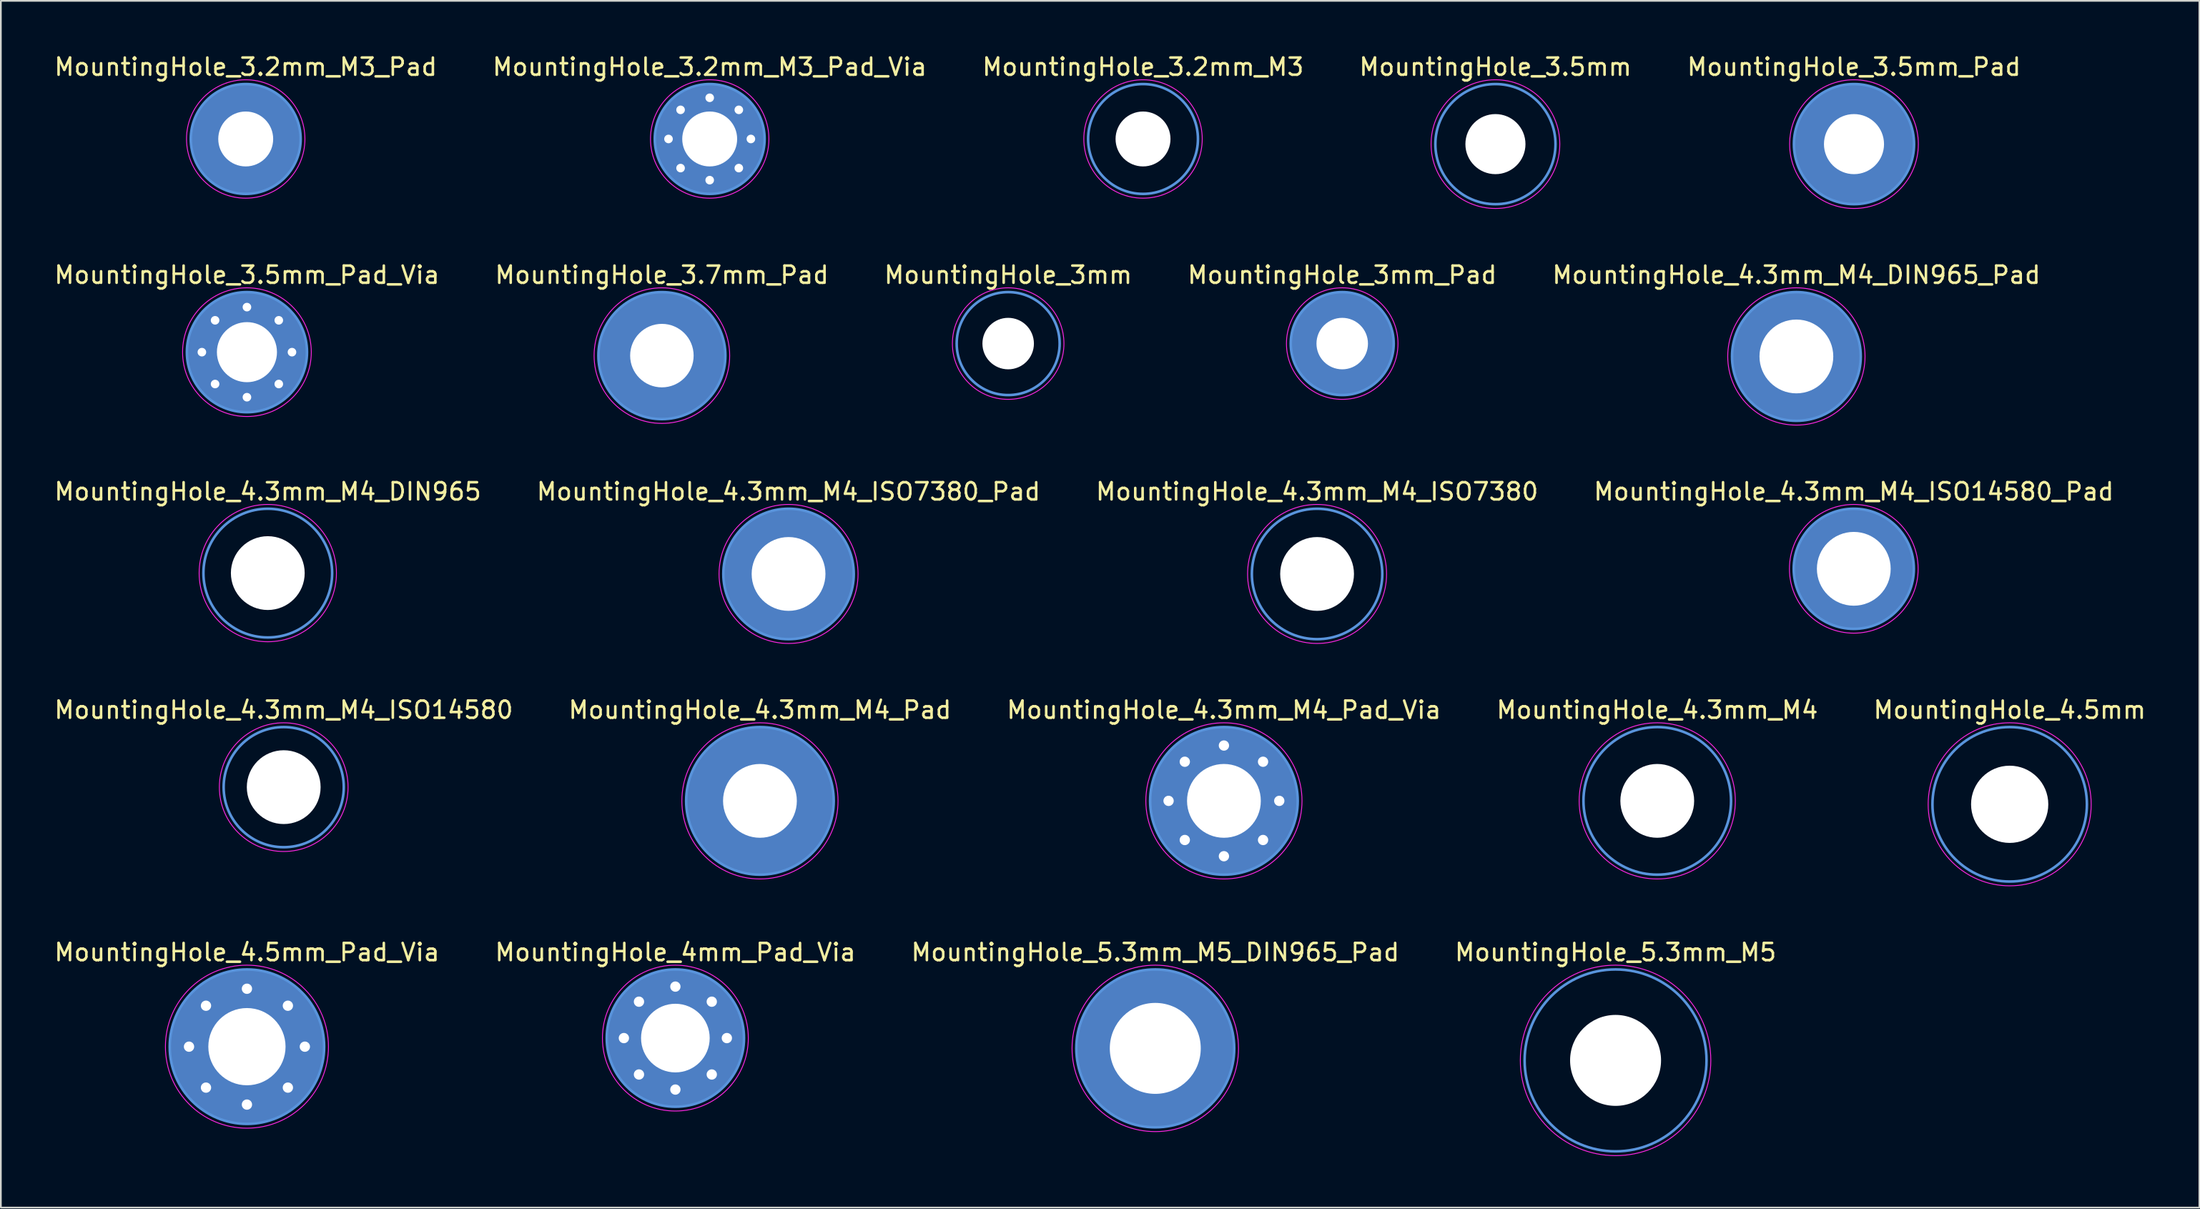
<source format=kicad_pcb>
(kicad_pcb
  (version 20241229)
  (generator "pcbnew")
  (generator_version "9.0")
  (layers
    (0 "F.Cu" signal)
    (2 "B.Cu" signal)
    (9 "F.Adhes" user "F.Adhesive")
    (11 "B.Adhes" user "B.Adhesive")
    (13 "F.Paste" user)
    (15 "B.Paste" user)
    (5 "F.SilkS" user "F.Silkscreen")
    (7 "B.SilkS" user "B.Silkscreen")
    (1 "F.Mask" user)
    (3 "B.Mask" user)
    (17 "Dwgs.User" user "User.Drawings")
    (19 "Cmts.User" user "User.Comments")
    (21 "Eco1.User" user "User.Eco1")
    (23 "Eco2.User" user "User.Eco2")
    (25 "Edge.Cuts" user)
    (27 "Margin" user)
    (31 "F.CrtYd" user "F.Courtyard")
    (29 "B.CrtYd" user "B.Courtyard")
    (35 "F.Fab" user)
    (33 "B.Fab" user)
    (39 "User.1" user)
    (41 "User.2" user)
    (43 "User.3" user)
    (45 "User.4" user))
  (footprint "MountingHole_4mm_Pad_Via"
    (layer "F.Cu")
    (at 36.304 57.441)
    (property "Reference" "MountingHole_4mm_Pad_Via" (at 0 -5 0) (layer "F.SilkS") (effects (font (size 1 1) (thickness 0.15))))
    (attr through_hole)
    (fp_circle (center 0 0) (end 4 0) (stroke (width 0.15) (type solid)) (fill no) (layer "Cmts.User"))
    (fp_circle (center 0 0) (end 4.25 0) (stroke (width 0.05) (type solid)) (fill no) (layer "F.CrtYd"))
    (pad "" thru_hole circle (at -3 0) (size 0.7 0.7) (drill 0.6) (layers "*.Cu" "*.Mask"))
    (pad "" thru_hole circle (at -2.121 -2.121) (size 0.7 0.7) (drill 0.6) (layers "*.Cu" "*.Mask"))
    (pad "" thru_hole circle (at -2.121 2.121) (size 0.7 0.7) (drill 0.6) (layers "*.Cu" "*.Mask"))
    (pad "" thru_hole circle (at 0 -3) (size 0.7 0.7) (drill 0.6) (layers "*.Cu" "*.Mask"))
    (pad "" thru_hole circle (at 0 3) (size 0.7 0.7) (drill 0.6) (layers "*.Cu" "*.Mask"))
    (pad "" thru_hole circle (at 2.121 -2.121) (size 0.7 0.7) (drill 0.6) (layers "*.Cu" "*.Mask"))
    (pad "" thru_hole circle (at 2.121 2.121) (size 0.7 0.7) (drill 0.6) (layers "*.Cu" "*.Mask"))
    (pad "" thru_hole circle (at 3 0) (size 0.7 0.7) (drill 0.6) (layers "*.Cu" "*.Mask"))
    (pad "1" thru_hole circle (at 0 0) (size 8 8) (drill 4) (layers "*.Cu" "*.Mask")))
  (footprint "MountingHole_3mm"
    (layer "F.Cu")
    (at 55.696 16.971)
    (property "Reference" "MountingHole_3mm" (at 0 -4 0) (layer "F.SilkS") (effects (font (size 1 1) (thickness 0.15))))
    (attr through_hole)
    (fp_circle (center 0 0) (end 3 0) (stroke (width 0.15) (type solid)) (fill no) (layer "Cmts.User"))
    (fp_circle (center 0 0) (end 3.25 0) (stroke (width 0.05) (type solid)) (fill no) (layer "F.CrtYd"))
    (pad "" np_thru_hole circle (at 0 0) (size 3 3) (drill 3) (layers "*.Cu" "*.Mask")))
  (footprint "MountingHole_3.2mm_M3"
    (layer "F.Cu")
    (at 63.554 5.048)
    (property "Reference" "MountingHole_3.2mm_M3" (at 0 -4.2 0) (layer "F.SilkS") (effects (font (size 1 1) (thickness 0.15))))
    (attr through_hole)
    (fp_circle (center 0 0) (end 3.2 0) (stroke (width 0.15) (type solid)) (fill no) (layer "Cmts.User"))
    (fp_circle (center 0 0) (end 3.45 0) (stroke (width 0.05) (type solid)) (fill no) (layer "F.CrtYd"))
    (pad "" np_thru_hole circle (at 0 0) (size 3.2 3.2) (drill 3.2) (layers "*.Cu" "*.Mask")))
  (footprint "MountingHole_4.5mm_Pad_Via"
    (layer "F.Cu")
    (at 11.339 57.941)
    (property "Reference" "MountingHole_4.5mm_Pad_Via" (at 0 -5.5 0) (layer "F.SilkS") (effects (font (size 1 1) (thickness 0.15))))
    (attr through_hole)
    (fp_circle (center 0 0) (end 4.5 0) (stroke (width 0.15) (type solid)) (fill no) (layer "Cmts.User"))
    (fp_circle (center 0 0) (end 4.75 0) (stroke (width 0.05) (type solid)) (fill no) (layer "F.CrtYd"))
    (pad "" thru_hole circle (at -3.375 0) (size 0.7 0.7) (drill 0.6) (layers "*.Cu" "*.Mask"))
    (pad "" thru_hole circle (at -2.386 -2.386) (size 0.7 0.7) (drill 0.6) (layers "*.Cu" "*.Mask"))
    (pad "" thru_hole circle (at -2.386 2.386) (size 0.7 0.7) (drill 0.6) (layers "*.Cu" "*.Mask"))
    (pad "" thru_hole circle (at 0 -3.375) (size 0.7 0.7) (drill 0.6) (layers "*.Cu" "*.Mask"))
    (pad "" thru_hole circle (at 0 3.375) (size 0.7 0.7) (drill 0.6) (layers "*.Cu" "*.Mask"))
    (pad "" thru_hole circle (at 2.386 -2.386) (size 0.7 0.7) (drill 0.6) (layers "*.Cu" "*.Mask"))
    (pad "" thru_hole circle (at 2.386 2.386) (size 0.7 0.7) (drill 0.6) (layers "*.Cu" "*.Mask"))
    (pad "" thru_hole circle (at 3.375 0) (size 0.7 0.7) (drill 0.6) (layers "*.Cu" "*.Mask"))
    (pad "1" thru_hole circle (at 0 0) (size 9 9) (drill 4.5) (layers "*.Cu" "*.Mask")))
  (footprint "MountingHole_5.3mm_M5"
    (layer "F.Cu")
    (at 91.089 58.741)
    (property "Reference" "MountingHole_5.3mm_M5" (at 0 -6.3 0) (layer "F.SilkS") (effects (font (size 1 1) (thickness 0.15))))
    (attr through_hole)
    (fp_circle (center 0 0) (end 5.3 0) (stroke (width 0.15) (type solid)) (fill no) (layer "Cmts.User"))
    (fp_circle (center 0 0) (end 5.55 0) (stroke (width 0.05) (type solid)) (fill no) (layer "F.CrtYd"))
    (pad "" np_thru_hole circle (at 0 0) (size 5.3 5.3) (drill 5.3) (layers "*.Cu" "*.Mask")))
  (footprint "MountingHole_4.3mm_M4_ISO14580_Pad"
    (layer "F.Cu")
    (at 104.97 30.095)
    (property "Reference" "MountingHole_4.3mm_M4_ISO14580_Pad" (at 0 -4.5 0) (layer "F.SilkS") (effects (font (size 1 1) (thickness 0.15))))
    (attr through_hole)
    (fp_circle (center 0 0) (end 3.5 0) (stroke (width 0.15) (type solid)) (fill no) (layer "Cmts.User"))
    (fp_circle (center 0 0) (end 3.75 0) (stroke (width 0.05) (type solid)) (fill no) (layer "F.CrtYd"))
    (pad "1" thru_hole circle (at 0 0) (size 7 7) (drill 4.3) (layers "*.Cu" "*.Mask")))
  (footprint "MountingHole_4.3mm_M4"
    (layer "F.Cu")
    (at 93.518 43.618)
    (property "Reference" "MountingHole_4.3mm_M4" (at 0 -5.3 0) (layer "F.SilkS") (effects (font (size 1 1) (thickness 0.15))))
    (attr through_hole)
    (fp_circle (center 0 0) (end 4.3 0) (stroke (width 0.15) (type solid)) (fill no) (layer "Cmts.User"))
    (fp_circle (center 0 0) (end 4.55 0) (stroke (width 0.05) (type solid)) (fill no) (layer "F.CrtYd"))
    (pad "" np_thru_hole circle (at 0 0) (size 4.3 4.3) (drill 4.3) (layers "*.Cu" "*.Mask")))
  (footprint "MountingHole_3mm_Pad"
    (layer "F.Cu")
    (at 75.161 16.971)
    (property "Reference" "MountingHole_3mm_Pad" (at 0 -4 0) (layer "F.SilkS") (effects (font (size 1 1) (thickness 0.15))))
    (attr through_hole)
    (fp_circle (center 0 0) (end 3 0) (stroke (width 0.15) (type solid)) (fill no) (layer "Cmts.User"))
    (fp_circle (center 0 0) (end 3.25 0) (stroke (width 0.05) (type solid)) (fill no) (layer "F.CrtYd"))
    (pad "1" thru_hole circle (at 0 0) (size 6 6) (drill 3) (layers "*.Cu" "*.Mask")))
  (footprint "MountingHole_3.7mm_Pad"
    (layer "F.Cu")
    (at 35.518 17.672)
    (property "Reference" "MountingHole_3.7mm_Pad" (at 0 -4.7 0) (layer "F.SilkS") (effects (font (size 1 1) (thickness 0.15))))
    (attr through_hole)
    (fp_circle (center 0 0) (end 3.7 0) (stroke (width 0.15) (type solid)) (fill no) (layer "Cmts.User"))
    (fp_circle (center 0 0) (end 3.95 0) (stroke (width 0.05) (type solid)) (fill no) (layer "F.CrtYd"))
    (pad "1" thru_hole circle (at 0 0) (size 7.4 7.4) (drill 3.7) (layers "*.Cu" "*.Mask")))
  (footprint "MountingHole_4.3mm_M4_ISO14580"
    (layer "F.Cu")
    (at 13.482 42.818)
    (property "Reference" "MountingHole_4.3mm_M4_ISO14580" (at 0 -4.5 0) (layer "F.SilkS") (effects (font (size 1 1) (thickness 0.15))))
    (attr through_hole)
    (fp_circle (center 0 0) (end 3.5 0) (stroke (width 0.15) (type solid)) (fill no) (layer "Cmts.User"))
    (fp_circle (center 0 0) (end 3.75 0) (stroke (width 0.05) (type solid)) (fill no) (layer "F.CrtYd"))
    (pad "" np_thru_hole circle (at 0 0) (size 4.3 4.3) (drill 4.3) (layers "*.Cu" "*.Mask")))
  (footprint "MountingHole_3.2mm_M3_Pad_Via"
    (layer "F.Cu")
    (at 38.304 5.048)
    (property "Reference" "MountingHole_3.2mm_M3_Pad_Via" (at 0 -4.2 0) (layer "F.SilkS") (effects (font (size 1 1) (thickness 0.15))))
    (attr through_hole)
    (fp_circle (center 0 0) (end 3.2 0) (stroke (width 0.15) (type solid)) (fill no) (layer "Cmts.User"))
    (fp_circle (center 0 0) (end 3.45 0) (stroke (width 0.05) (type solid)) (fill no) (layer "F.CrtYd"))
    (pad "" thru_hole circle (at -2.4 0) (size 0.6 0.6) (drill 0.5) (layers "*.Cu" "*.Mask"))
    (pad "" thru_hole circle (at -1.697 -1.697) (size 0.6 0.6) (drill 0.5) (layers "*.Cu" "*.Mask"))
    (pad "" thru_hole circle (at -1.697 1.697) (size 0.6 0.6) (drill 0.5) (layers "*.Cu" "*.Mask"))
    (pad "" thru_hole circle (at 0 -2.4) (size 0.6 0.6) (drill 0.5) (layers "*.Cu" "*.Mask"))
    (pad "" thru_hole circle (at 0 2.4) (size 0.6 0.6) (drill 0.5) (layers "*.Cu" "*.Mask"))
    (pad "" thru_hole circle (at 1.697 -1.697) (size 0.6 0.6) (drill 0.5) (layers "*.Cu" "*.Mask"))
    (pad "" thru_hole circle (at 1.697 1.697) (size 0.6 0.6) (drill 0.5) (layers "*.Cu" "*.Mask"))
    (pad "" thru_hole circle (at 2.4 0) (size 0.6 0.6) (drill 0.5) (layers "*.Cu" "*.Mask"))
    (pad "1" thru_hole circle (at 0 0) (size 6.4 6.4) (drill 3.2) (layers "*.Cu" "*.Mask")))
  (footprint "MountingHole_4.3mm_M4_DIN965"
    (layer "F.Cu")
    (at 12.554 30.345)
    (property "Reference" "MountingHole_4.3mm_M4_DIN965" (at 0 -4.75 0) (layer "F.SilkS") (effects (font (size 1 1) (thickness 0.15))))
    (attr through_hole)
    (fp_circle (center 0 0) (end 3.75 0) (stroke (width 0.15) (type solid)) (fill no) (layer "Cmts.User"))
    (fp_circle (center 0 0) (end 4 0) (stroke (width 0.05) (type solid)) (fill no) (layer "F.CrtYd"))
    (pad "" np_thru_hole circle (at 0 0) (size 4.3 4.3) (drill 4.3) (layers "*.Cu" "*.Mask")))
  (footprint "MountingHole_3.5mm_Pad"
    (layer "F.Cu")
    (at 104.982 5.348)
    (property "Reference" "MountingHole_3.5mm_Pad" (at 0 -4.5 0) (layer "F.SilkS") (effects (font (size 1 1) (thickness 0.15))))
    (attr through_hole)
    (fp_circle (center 0 0) (end 3.5 0) (stroke (width 0.15) (type solid)) (fill no) (layer "Cmts.User"))
    (fp_circle (center 0 0) (end 3.75 0) (stroke (width 0.05) (type solid)) (fill no) (layer "F.CrtYd"))
    (pad "1" thru_hole circle (at 0 0) (size 7 7) (drill 3.5) (layers "*.Cu" "*.Mask")))
  (footprint "MountingHole_5.3mm_M5_DIN965_Pad"
    (layer "F.Cu")
    (at 64.268 58.041)
    (property "Reference" "MountingHole_5.3mm_M5_DIN965_Pad" (at 0 -5.6 0) (layer "F.SilkS") (effects (font (size 1 1) (thickness 0.15))))
    (attr through_hole)
    (fp_circle (center 0 0) (end 4.6 0) (stroke (width 0.15) (type solid)) (fill no) (layer "Cmts.User"))
    (fp_circle (center 0 0) (end 4.85 0) (stroke (width 0.05) (type solid)) (fill no) (layer "F.CrtYd"))
    (pad "1" thru_hole circle (at 0 0) (size 9.2 9.2) (drill 5.3) (layers "*.Cu" "*.Mask")))
  (footprint "MountingHole_3.2mm_M3_Pad"
    (layer "F.Cu")
    (at 11.268 5.048)
    (property "Reference" "MountingHole_3.2mm_M3_Pad" (at 0 -4.2 0) (layer "F.SilkS") (effects (font (size 1 1) (thickness 0.15))))
    (attr through_hole)
    (fp_circle (center 0 0) (end 3.2 0) (stroke (width 0.15) (type solid)) (fill no) (layer "Cmts.User"))
    (fp_circle (center 0 0) (end 3.45 0) (stroke (width 0.05) (type solid)) (fill no) (layer "F.CrtYd"))
    (pad "1" thru_hole circle (at 0 0) (size 6.4 6.4) (drill 3.2) (layers "*.Cu" "*.Mask")))
  (footprint "MountingHole_4.3mm_M4_Pad"
    (layer "F.Cu")
    (at 41.232 43.618)
    (property "Reference" "MountingHole_4.3mm_M4_Pad" (at 0 -5.3 0) (layer "F.SilkS") (effects (font (size 1 1) (thickness 0.15))))
    (attr through_hole)
    (fp_circle (center 0 0) (end 4.3 0) (stroke (width 0.15) (type solid)) (fill no) (layer "Cmts.User"))
    (fp_circle (center 0 0) (end 4.55 0) (stroke (width 0.05) (type solid)) (fill no) (layer "F.CrtYd"))
    (pad "1" thru_hole circle (at 0 0) (size 8.6 8.6) (drill 4.3) (layers "*.Cu" "*.Mask")))
  (footprint "MountingHole_4.3mm_M4_DIN965_Pad"
    (layer "F.Cu")
    (at 101.625 17.721)
    (property "Reference" "MountingHole_4.3mm_M4_DIN965_Pad" (at 0 -4.75 0) (layer "F.SilkS") (effects (font (size 1 1) (thickness 0.15))))
    (attr through_hole)
    (fp_circle (center 0 0) (end 3.75 0) (stroke (width 0.15) (type solid)) (fill no) (layer "Cmts.User"))
    (fp_circle (center 0 0) (end 4 0) (stroke (width 0.05) (type solid)) (fill no) (layer "F.CrtYd"))
    (pad "1" thru_hole circle (at 0 0) (size 7.5 7.5) (drill 4.3) (layers "*.Cu" "*.Mask")))
  (footprint "MountingHole_4.3mm_M4_Pad_Via"
    (layer "F.Cu")
    (at 68.268 43.618)
    (property "Reference" "MountingHole_4.3mm_M4_Pad_Via" (at 0 -5.3 0) (layer "F.SilkS") (effects (font (size 1 1) (thickness 0.15))))
    (attr through_hole)
    (fp_circle (center 0 0) (end 4.3 0) (stroke (width 0.15) (type solid)) (fill no) (layer "Cmts.User"))
    (fp_circle (center 0 0) (end 4.55 0) (stroke (width 0.05) (type solid)) (fill no) (layer "F.CrtYd"))
    (pad "" thru_hole circle (at -3.225 0) (size 0.7 0.7) (drill 0.6) (layers "*.Cu" "*.Mask"))
    (pad "" thru_hole circle (at -2.28 -2.28) (size 0.7 0.7) (drill 0.6) (layers "*.Cu" "*.Mask"))
    (pad "" thru_hole circle (at -2.28 2.28) (size 0.7 0.7) (drill 0.6) (layers "*.Cu" "*.Mask"))
    (pad "" thru_hole circle (at 0 -3.225) (size 0.7 0.7) (drill 0.6) (layers "*.Cu" "*.Mask"))
    (pad "" thru_hole circle (at 0 3.225) (size 0.7 0.7) (drill 0.6) (layers "*.Cu" "*.Mask"))
    (pad "" thru_hole circle (at 2.28 -2.28) (size 0.7 0.7) (drill 0.6) (layers "*.Cu" "*.Mask"))
    (pad "" thru_hole circle (at 2.28 2.28) (size 0.7 0.7) (drill 0.6) (layers "*.Cu" "*.Mask"))
    (pad "" thru_hole circle (at 3.225 0) (size 0.7 0.7) (drill 0.6) (layers "*.Cu" "*.Mask"))
    (pad "1" thru_hole circle (at 0 0) (size 8.6 8.6) (drill 4.3) (layers "*.Cu" "*.Mask")))
  (footprint "MountingHole_3.5mm"
    (layer "F.Cu")
    (at 84.089 5.348)
    (property "Reference" "MountingHole_3.5mm" (at 0 -4.5 0) (layer "F.SilkS") (effects (font (size 1 1) (thickness 0.15))))
    (attr through_hole)
    (fp_circle (center 0 0) (end 3.5 0) (stroke (width 0.15) (type solid)) (fill no) (layer "Cmts.User"))
    (fp_circle (center 0 0) (end 3.75 0) (stroke (width 0.05) (type solid)) (fill no) (layer "F.CrtYd"))
    (pad "" np_thru_hole circle (at 0 0) (size 3.5 3.5) (drill 3.5) (layers "*.Cu" "*.Mask")))
  (footprint "MountingHole_4.5mm"
    (layer "F.Cu")
    (at 114.054 43.818)
    (property "Reference" "MountingHole_4.5mm" (at 0 -5.5 0) (layer "F.SilkS") (effects (font (size 1 1) (thickness 0.15))))
    (attr through_hole)
    (fp_circle (center 0 0) (end 4.5 0) (stroke (width 0.15) (type solid)) (fill no) (layer "Cmts.User"))
    (fp_circle (center 0 0) (end 4.75 0) (stroke (width 0.05) (type solid)) (fill no) (layer "F.CrtYd"))
    (pad "" np_thru_hole circle (at 0 0) (size 4.5 4.5) (drill 4.5) (layers "*.Cu" "*.Mask")))
  (footprint "MountingHole_4.3mm_M4_ISO7380_Pad"
    (layer "F.Cu")
    (at 42.899 30.395)
    (property "Reference" "MountingHole_4.3mm_M4_ISO7380_Pad" (at 0 -4.8 0) (layer "F.SilkS") (effects (font (size 1 1) (thickness 0.15))))
    (attr through_hole)
    (fp_circle (center 0 0) (end 3.8 0) (stroke (width 0.15) (type solid)) (fill no) (layer "Cmts.User"))
    (fp_circle (center 0 0) (end 4.05 0) (stroke (width 0.05) (type solid)) (fill no) (layer "F.CrtYd"))
    (pad "1" thru_hole circle (at 0 0) (size 7.6 7.6) (drill 4.3) (layers "*.Cu" "*.Mask")))
  (footprint "MountingHole_3.5mm_Pad_Via"
    (layer "F.Cu")
    (at 11.339 17.471)
    (property "Reference" "MountingHole_3.5mm_Pad_Via" (at 0 -4.5 0) (layer "F.SilkS") (effects (font (size 1 1) (thickness 0.15))))
    (attr through_hole)
    (fp_circle (center 0 0) (end 3.5 0) (stroke (width 0.15) (type solid)) (fill no) (layer "Cmts.User"))
    (fp_circle (center 0 0) (end 3.75 0) (stroke (width 0.05) (type solid)) (fill no) (layer "F.CrtYd"))
    (pad "" thru_hole circle (at -2.625 0) (size 0.6 0.6) (drill 0.5) (layers "*.Cu" "*.Mask"))
    (pad "" thru_hole circle (at -1.856 -1.856) (size 0.6 0.6) (drill 0.5) (layers "*.Cu" "*.Mask"))
    (pad "" thru_hole circle (at -1.856 1.856) (size 0.6 0.6) (drill 0.5) (layers "*.Cu" "*.Mask"))
    (pad "" thru_hole circle (at 0 -2.625) (size 0.6 0.6) (drill 0.5) (layers "*.Cu" "*.Mask"))
    (pad "" thru_hole circle (at 0 2.625) (size 0.6 0.6) (drill 0.5) (layers "*.Cu" "*.Mask"))
    (pad "" thru_hole circle (at 1.856 -1.856) (size 0.6 0.6) (drill 0.5) (layers "*.Cu" "*.Mask"))
    (pad "" thru_hole circle (at 1.856 1.856) (size 0.6 0.6) (drill 0.5) (layers "*.Cu" "*.Mask"))
    (pad "" thru_hole circle (at 2.625 0) (size 0.6 0.6) (drill 0.5) (layers "*.Cu" "*.Mask"))
    (pad "1" thru_hole circle (at 0 0) (size 7 7) (drill 3.5) (layers "*.Cu" "*.Mask")))
  (footprint "MountingHole_4.3mm_M4_ISO7380"
    (layer "F.Cu")
    (at 73.696 30.395)
    (property "Reference" "MountingHole_4.3mm_M4_ISO7380" (at 0 -4.8 0) (layer "F.SilkS") (effects (font (size 1 1) (thickness 0.15))))
    (attr through_hole)
    (fp_circle (center 0 0) (end 3.8 0) (stroke (width 0.15) (type solid)) (fill no) (layer "Cmts.User"))
    (fp_circle (center 0 0) (end 4.05 0) (stroke (width 0.05) (type solid)) (fill no) (layer "F.CrtYd"))
    (pad "" np_thru_hole circle (at 0 0) (size 4.3 4.3) (drill 4.3) (layers "*.Cu" "*.Mask")))
  (gr_rect
    (start -3 -3)
    (end 125.107 67.316)
    (stroke (width 0.1) (type default))
    (fill no)
    (layer "Edge.Cuts")))
</source>
